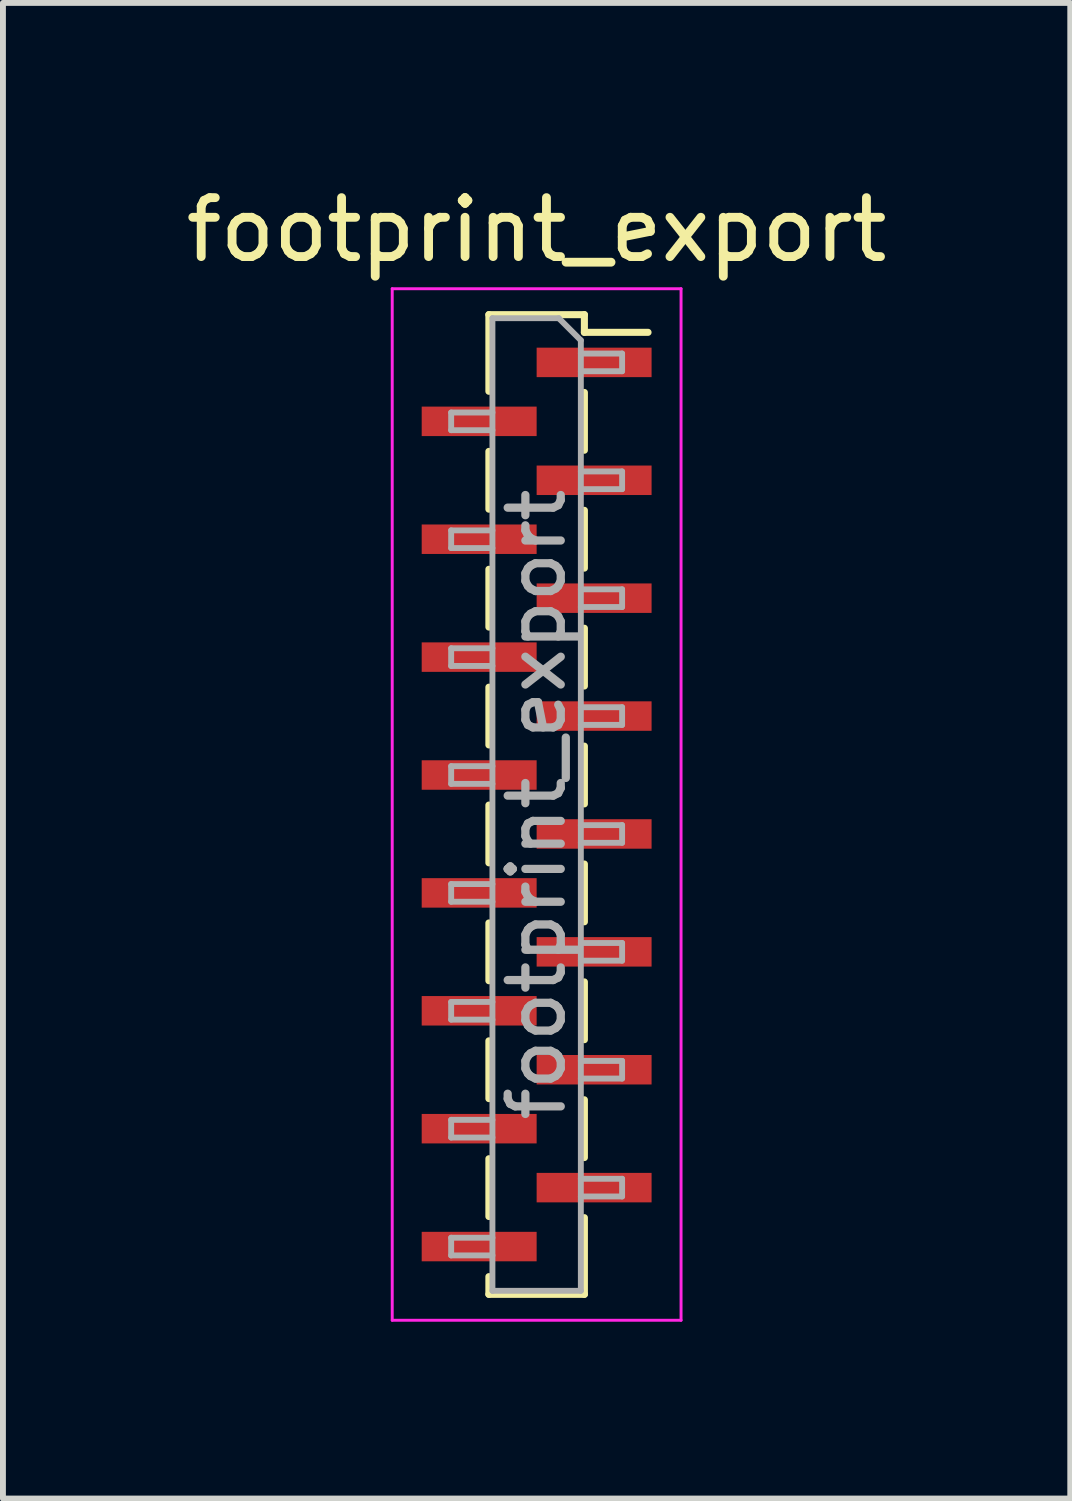
<source format=kicad_pcb>
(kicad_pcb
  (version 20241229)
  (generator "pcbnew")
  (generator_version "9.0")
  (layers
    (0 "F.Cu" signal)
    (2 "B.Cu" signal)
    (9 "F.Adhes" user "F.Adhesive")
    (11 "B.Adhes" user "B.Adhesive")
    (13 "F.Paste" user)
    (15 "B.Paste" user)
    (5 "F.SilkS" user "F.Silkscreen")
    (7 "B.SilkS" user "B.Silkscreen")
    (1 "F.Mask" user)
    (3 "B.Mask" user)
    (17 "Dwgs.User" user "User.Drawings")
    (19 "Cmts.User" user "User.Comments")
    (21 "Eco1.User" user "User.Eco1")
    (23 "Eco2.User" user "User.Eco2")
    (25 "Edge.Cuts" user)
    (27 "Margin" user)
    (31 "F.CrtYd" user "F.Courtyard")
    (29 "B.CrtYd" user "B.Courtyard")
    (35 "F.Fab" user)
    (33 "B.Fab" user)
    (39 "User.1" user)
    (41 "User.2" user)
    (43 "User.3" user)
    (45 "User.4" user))
  (footprint "footprint_export"
    (layer "F.Cu")
    (at 6.054 10.598)
    (property "Reference" "footprint_export" (at 0 -9.75 0) (layer "F.SilkS") (effects (font (size 1 1) (thickness 0.15))))
    (attr smd)
    (fp_line (start -0.81 -8.31) (end -0.81 -7.01) (stroke (width 0.12) (type solid)) (layer "F.SilkS"))
    (fp_line (start -0.81 -8.31) (end 0.81 -8.31) (stroke (width 0.12) (type solid)) (layer "F.SilkS"))
    (fp_line (start -0.81 -5.99) (end -0.81 -5.01) (stroke (width 0.12) (type solid)) (layer "F.SilkS"))
    (fp_line (start -0.81 -3.99) (end -0.81 -3.01) (stroke (width 0.12) (type solid)) (layer "F.SilkS"))
    (fp_line (start -0.81 -1.99) (end -0.81 -1.01) (stroke (width 0.12) (type solid)) (layer "F.SilkS"))
    (fp_line (start -0.81 0.01) (end -0.81 0.99) (stroke (width 0.12) (type solid)) (layer "F.SilkS"))
    (fp_line (start -0.81 2.01) (end -0.81 2.99) (stroke (width 0.12) (type solid)) (layer "F.SilkS"))
    (fp_line (start -0.81 4.01) (end -0.81 4.99) (stroke (width 0.12) (type solid)) (layer "F.SilkS"))
    (fp_line (start -0.81 6.01) (end -0.81 6.99) (stroke (width 0.12) (type solid)) (layer "F.SilkS"))
    (fp_line (start -0.81 8.01) (end -0.81 8.31) (stroke (width 0.12) (type solid)) (layer "F.SilkS"))
    (fp_line (start -0.81 8.31) (end 0.81 8.31) (stroke (width 0.12) (type solid)) (layer "F.SilkS"))
    (fp_line (start 0.81 -8.31) (end 0.81 -8.01) (stroke (width 0.12) (type solid)) (layer "F.SilkS"))
    (fp_line (start 0.81 -8.01) (end 1.89 -8.01) (stroke (width 0.12) (type solid)) (layer "F.SilkS"))
    (fp_line (start 0.81 -6.99) (end 0.81 -6.01) (stroke (width 0.12) (type solid)) (layer "F.SilkS"))
    (fp_line (start 0.81 -4.99) (end 0.81 -4.01) (stroke (width 0.12) (type solid)) (layer "F.SilkS"))
    (fp_line (start 0.81 -2.99) (end 0.81 -2.01) (stroke (width 0.12) (type solid)) (layer "F.SilkS"))
    (fp_line (start 0.81 -0.99) (end 0.81 -0.01) (stroke (width 0.12) (type solid)) (layer "F.SilkS"))
    (fp_line (start 0.81 1.01) (end 0.81 1.99) (stroke (width 0.12) (type solid)) (layer "F.SilkS"))
    (fp_line (start 0.81 3.01) (end 0.81 3.99) (stroke (width 0.12) (type solid)) (layer "F.SilkS"))
    (fp_line (start 0.81 5.01) (end 0.81 5.99) (stroke (width 0.12) (type solid)) (layer "F.SilkS"))
    (fp_line (start 0.81 7.01) (end 0.81 8.31) (stroke (width 0.12) (type solid)) (layer "F.SilkS"))
    (fp_line (start -2.45 -8.75) (end 2.45 -8.75) (stroke (width 0.05) (type solid)) (layer "F.CrtYd"))
    (fp_line (start -2.45 8.75) (end -2.45 -8.75) (stroke (width 0.05) (type solid)) (layer "F.CrtYd"))
    (fp_line (start 2.45 -8.75) (end 2.45 8.75) (stroke (width 0.05) (type solid)) (layer "F.CrtYd"))
    (fp_line (start 2.45 8.75) (end -2.45 8.75) (stroke (width 0.05) (type solid)) (layer "F.CrtYd"))
    (fp_line (start -1.45 -6.65) (end -0.75 -6.65) (stroke (width 0.1) (type solid)) (layer "F.Fab"))
    (fp_line (start -1.45 -6.35) (end -1.45 -6.65) (stroke (width 0.1) (type solid)) (layer "F.Fab"))
    (fp_line (start -1.45 -4.65) (end -0.75 -4.65) (stroke (width 0.1) (type solid)) (layer "F.Fab"))
    (fp_line (start -1.45 -4.35) (end -1.45 -4.65) (stroke (width 0.1) (type solid)) (layer "F.Fab"))
    (fp_line (start -1.45 -2.65) (end -0.75 -2.65) (stroke (width 0.1) (type solid)) (layer "F.Fab"))
    (fp_line (start -1.45 -2.35) (end -1.45 -2.65) (stroke (width 0.1) (type solid)) (layer "F.Fab"))
    (fp_line (start -1.45 -0.65) (end -0.75 -0.65) (stroke (width 0.1) (type solid)) (layer "F.Fab"))
    (fp_line (start -1.45 -0.35) (end -1.45 -0.65) (stroke (width 0.1) (type solid)) (layer "F.Fab"))
    (fp_line (start -1.45 1.35) (end -0.75 1.35) (stroke (width 0.1) (type solid)) (layer "F.Fab"))
    (fp_line (start -1.45 1.65) (end -1.45 1.35) (stroke (width 0.1) (type solid)) (layer "F.Fab"))
    (fp_line (start -1.45 3.35) (end -0.75 3.35) (stroke (width 0.1) (type solid)) (layer "F.Fab"))
    (fp_line (start -1.45 3.65) (end -1.45 3.35) (stroke (width 0.1) (type solid)) (layer "F.Fab"))
    (fp_line (start -1.45 5.35) (end -0.75 5.35) (stroke (width 0.1) (type solid)) (layer "F.Fab"))
    (fp_line (start -1.45 5.65) (end -1.45 5.35) (stroke (width 0.1) (type solid)) (layer "F.Fab"))
    (fp_line (start -1.45 7.35) (end -0.75 7.35) (stroke (width 0.1) (type solid)) (layer "F.Fab"))
    (fp_line (start -1.45 7.65) (end -1.45 7.35) (stroke (width 0.1) (type solid)) (layer "F.Fab"))
    (fp_line (start -0.75 -8.25) (end 0.375 -8.25) (stroke (width 0.1) (type solid)) (layer "F.Fab"))
    (fp_line (start -0.75 -6.35) (end -1.45 -6.35) (stroke (width 0.1) (type solid)) (layer "F.Fab"))
    (fp_line (start -0.75 -4.35) (end -1.45 -4.35) (stroke (width 0.1) (type solid)) (layer "F.Fab"))
    (fp_line (start -0.75 -2.35) (end -1.45 -2.35) (stroke (width 0.1) (type solid)) (layer "F.Fab"))
    (fp_line (start -0.75 -0.35) (end -1.45 -0.35) (stroke (width 0.1) (type solid)) (layer "F.Fab"))
    (fp_line (start -0.75 1.65) (end -1.45 1.65) (stroke (width 0.1) (type solid)) (layer "F.Fab"))
    (fp_line (start -0.75 3.65) (end -1.45 3.65) (stroke (width 0.1) (type solid)) (layer "F.Fab"))
    (fp_line (start -0.75 5.65) (end -1.45 5.65) (stroke (width 0.1) (type solid)) (layer "F.Fab"))
    (fp_line (start -0.75 7.65) (end -1.45 7.65) (stroke (width 0.1) (type solid)) (layer "F.Fab"))
    (fp_line (start -0.75 8.25) (end -0.75 -8.25) (stroke (width 0.1) (type solid)) (layer "F.Fab"))
    (fp_line (start 0.375 -8.25) (end 0.75 -7.875) (stroke (width 0.1) (type solid)) (layer "F.Fab"))
    (fp_line (start 0.75 -7.875) (end 0.75 8.25) (stroke (width 0.1) (type solid)) (layer "F.Fab"))
    (fp_line (start 0.75 -7.65) (end 1.45 -7.65) (stroke (width 0.1) (type solid)) (layer "F.Fab"))
    (fp_line (start 0.75 -5.65) (end 1.45 -5.65) (stroke (width 0.1) (type solid)) (layer "F.Fab"))
    (fp_line (start 0.75 -3.65) (end 1.45 -3.65) (stroke (width 0.1) (type solid)) (layer "F.Fab"))
    (fp_line (start 0.75 -1.65) (end 1.45 -1.65) (stroke (width 0.1) (type solid)) (layer "F.Fab"))
    (fp_line (start 0.75 0.35) (end 1.45 0.35) (stroke (width 0.1) (type solid)) (layer "F.Fab"))
    (fp_line (start 0.75 2.35) (end 1.45 2.35) (stroke (width 0.1) (type solid)) (layer "F.Fab"))
    (fp_line (start 0.75 4.35) (end 1.45 4.35) (stroke (width 0.1) (type solid)) (layer "F.Fab"))
    (fp_line (start 0.75 6.35) (end 1.45 6.35) (stroke (width 0.1) (type solid)) (layer "F.Fab"))
    (fp_line (start 0.75 8.25) (end -0.75 8.25) (stroke (width 0.1) (type solid)) (layer "F.Fab"))
    (fp_line (start 1.45 -7.65) (end 1.45 -7.35) (stroke (width 0.1) (type solid)) (layer "F.Fab"))
    (fp_line (start 1.45 -7.35) (end 0.75 -7.35) (stroke (width 0.1) (type solid)) (layer "F.Fab"))
    (fp_line (start 1.45 -5.65) (end 1.45 -5.35) (stroke (width 0.1) (type solid)) (layer "F.Fab"))
    (fp_line (start 1.45 -5.35) (end 0.75 -5.35) (stroke (width 0.1) (type solid)) (layer "F.Fab"))
    (fp_line (start 1.45 -3.65) (end 1.45 -3.35) (stroke (width 0.1) (type solid)) (layer "F.Fab"))
    (fp_line (start 1.45 -3.35) (end 0.75 -3.35) (stroke (width 0.1) (type solid)) (layer "F.Fab"))
    (fp_line (start 1.45 -1.65) (end 1.45 -1.35) (stroke (width 0.1) (type solid)) (layer "F.Fab"))
    (fp_line (start 1.45 -1.35) (end 0.75 -1.35) (stroke (width 0.1) (type solid)) (layer "F.Fab"))
    (fp_line (start 1.45 0.35) (end 1.45 0.65) (stroke (width 0.1) (type solid)) (layer "F.Fab"))
    (fp_line (start 1.45 0.65) (end 0.75 0.65) (stroke (width 0.1) (type solid)) (layer "F.Fab"))
    (fp_line (start 1.45 2.35) (end 1.45 2.65) (stroke (width 0.1) (type solid)) (layer "F.Fab"))
    (fp_line (start 1.45 2.65) (end 0.75 2.65) (stroke (width 0.1) (type solid)) (layer "F.Fab"))
    (fp_line (start 1.45 4.35) (end 1.45 4.65) (stroke (width 0.1) (type solid)) (layer "F.Fab"))
    (fp_line (start 1.45 4.65) (end 0.75 4.65) (stroke (width 0.1) (type solid)) (layer "F.Fab"))
    (fp_line (start 1.45 6.35) (end 1.45 6.65) (stroke (width 0.1) (type solid)) (layer "F.Fab"))
    (fp_line (start 1.45 6.65) (end 0.75 6.65) (stroke (width 0.1) (type solid)) (layer "F.Fab"))
    (fp_text user "${REFERENCE}" (at 0 0 90) (layer "F.Fab") (effects (font (size 0.9 0.9) (thickness 0.14))))
    (pad "1" smd rect (at 0.975 -7.5) (size 1.95 0.5) (layers "F.Cu" "F.Mask" "F.Paste"))
    (pad "2" smd rect (at -0.975 -6.5) (size 1.95 0.5) (layers "F.Cu" "F.Mask" "F.Paste"))
    (pad "3" smd rect (at 0.975 -5.5) (size 1.95 0.5) (layers "F.Cu" "F.Mask" "F.Paste"))
    (pad "4" smd rect (at -0.975 -4.5) (size 1.95 0.5) (layers "F.Cu" "F.Mask" "F.Paste"))
    (pad "5" smd rect (at 0.975 -3.5) (size 1.95 0.5) (layers "F.Cu" "F.Mask" "F.Paste"))
    (pad "6" smd rect (at -0.975 -2.5) (size 1.95 0.5) (layers "F.Cu" "F.Mask" "F.Paste"))
    (pad "7" smd rect (at 0.975 -1.5) (size 1.95 0.5) (layers "F.Cu" "F.Mask" "F.Paste"))
    (pad "8" smd rect (at -0.975 -0.5) (size 1.95 0.5) (layers "F.Cu" "F.Mask" "F.Paste"))
    (pad "9" smd rect (at 0.975 0.5) (size 1.95 0.5) (layers "F.Cu" "F.Mask" "F.Paste"))
    (pad "10" smd rect (at -0.975 1.5) (size 1.95 0.5) (layers "F.Cu" "F.Mask" "F.Paste"))
    (pad "11" smd rect (at 0.975 2.5) (size 1.95 0.5) (layers "F.Cu" "F.Mask" "F.Paste"))
    (pad "12" smd rect (at -0.975 3.5) (size 1.95 0.5) (layers "F.Cu" "F.Mask" "F.Paste"))
    (pad "13" smd rect (at 0.975 4.5) (size 1.95 0.5) (layers "F.Cu" "F.Mask" "F.Paste"))
    (pad "14" smd rect (at -0.975 5.5) (size 1.95 0.5) (layers "F.Cu" "F.Mask" "F.Paste"))
    (pad "15" smd rect (at 0.975 6.5) (size 1.95 0.5) (layers "F.Cu" "F.Mask" "F.Paste"))
    (pad "16" smd rect (at -0.975 7.5) (size 1.95 0.5) (layers "F.Cu" "F.Mask" "F.Paste")))
  (gr_rect
    (start -3 -3)
    (end 15.107 22.373)
    (stroke (width 0.1) (type default))
    (fill no)
    (layer "Edge.Cuts")))
</source>
